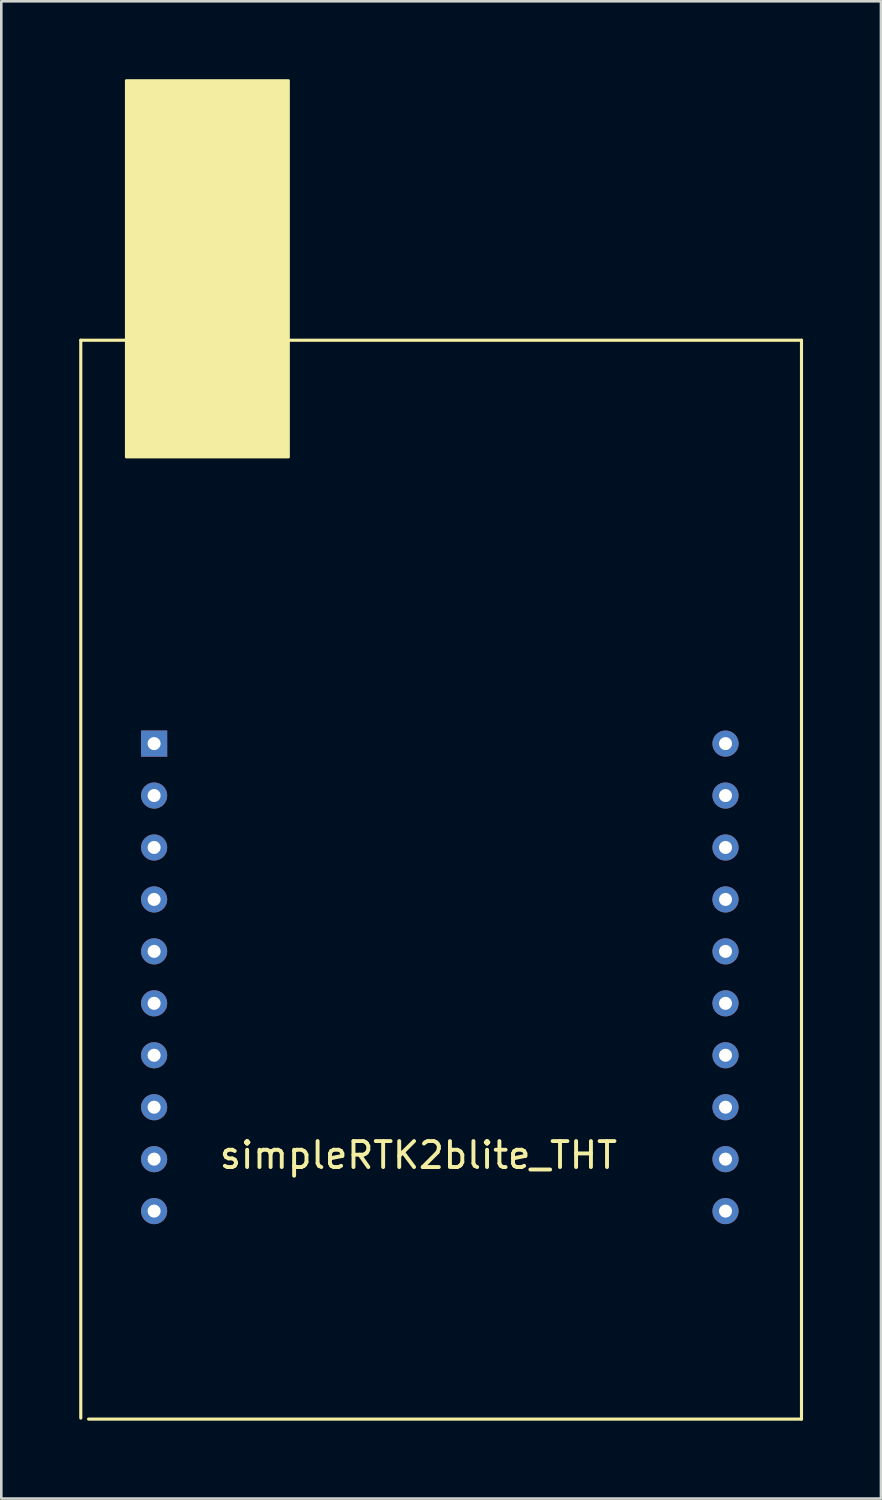
<source format=kicad_pcb>
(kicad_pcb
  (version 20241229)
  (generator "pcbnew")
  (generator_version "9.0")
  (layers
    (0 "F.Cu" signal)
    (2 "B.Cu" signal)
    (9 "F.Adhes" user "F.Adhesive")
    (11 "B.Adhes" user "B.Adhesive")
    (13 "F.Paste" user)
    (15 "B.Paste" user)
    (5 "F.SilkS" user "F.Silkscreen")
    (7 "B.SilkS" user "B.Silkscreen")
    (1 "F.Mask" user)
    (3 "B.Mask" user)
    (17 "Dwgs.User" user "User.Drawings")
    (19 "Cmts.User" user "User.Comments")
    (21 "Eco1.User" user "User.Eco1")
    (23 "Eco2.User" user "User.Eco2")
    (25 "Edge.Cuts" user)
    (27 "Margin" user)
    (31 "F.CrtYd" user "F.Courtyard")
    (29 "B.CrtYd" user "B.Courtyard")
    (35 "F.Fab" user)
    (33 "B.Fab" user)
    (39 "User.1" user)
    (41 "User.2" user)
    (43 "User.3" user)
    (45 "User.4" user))
  (footprint "simpleRTK2blite_THT"
    (layer "F.Cu")
    (at 13.06 17.3)
    (property "Reference" "simpleRTK2blite_THT" (at 0 24.13 0) (layer "F.SilkS") (effects (font (size 1 1) (thickness 0.15))))
    (attr through_hole)
    (fp_line (start -13 -7.25) (end 14.75 -7.25) (stroke (width 0.12) (type solid)) (layer "F.SilkS"))
    (fp_line (start -13 34.25) (end -13 -7.25) (stroke (width 0.12) (type solid)) (layer "F.SilkS"))
    (fp_line (start 14.75 -7.25) (end 14.75 34.29) (stroke (width 0.12) (type solid)) (layer "F.SilkS"))
    (fp_line (start 14.75 34.29) (end -12.7 34.29) (stroke (width 0.12) (type solid)) (layer "F.SilkS"))
    (fp_poly (pts (xy -5 -2.75) (xy -11.25 -2.75) (xy -11.25 -17.25) (xy -5 -17.25)) (stroke (width 0.1) (type solid)) (fill yes) (layer "F.SilkS"))
    (pad "1" thru_hole rect (at -10.176 8.281) (size 1.008 1.008) (drill 0.5) (layers "*.Cu" "*.Mask"))
    (pad "2" thru_hole circle (at -10.176 10.281) (size 1.008 1.008) (drill 0.5) (layers "*.Cu" "*.Mask"))
    (pad "3" thru_hole circle (at -10.176 12.281) (size 1.008 1.008) (drill 0.5) (layers "*.Cu" "*.Mask"))
    (pad "4" thru_hole circle (at -10.176 14.281) (size 1.008 1.008) (drill 0.5) (layers "*.Cu" "*.Mask"))
    (pad "5" thru_hole circle (at -10.176 16.281) (size 1.008 1.008) (drill 0.5) (layers "*.Cu" "*.Mask"))
    (pad "6" thru_hole circle (at -10.176 18.281) (size 1.008 1.008) (drill 0.5) (layers "*.Cu" "*.Mask"))
    (pad "7" thru_hole circle (at -10.176 20.281) (size 1.008 1.008) (drill 0.5) (layers "*.Cu" "*.Mask"))
    (pad "8" thru_hole circle (at -10.176 22.281) (size 1.008 1.008) (drill 0.5) (layers "*.Cu" "*.Mask"))
    (pad "9" thru_hole circle (at -10.176 24.281) (size 1.008 1.008) (drill 0.5) (layers "*.Cu" "*.Mask"))
    (pad "10" thru_hole circle (at -10.176 26.281) (size 1.008 1.008) (drill 0.5) (layers "*.Cu" "*.Mask"))
    (pad "11" thru_hole circle (at 11.824 26.281) (size 1.008 1.008) (drill 0.5) (layers "*.Cu" "*.Mask"))
    (pad "12" thru_hole circle (at 11.824 24.281) (size 1.008 1.008) (drill 0.5) (layers "*.Cu" "*.Mask"))
    (pad "13" thru_hole circle (at 11.824 22.281) (size 1.008 1.008) (drill 0.5) (layers "*.Cu" "*.Mask"))
    (pad "14" thru_hole circle (at 11.824 20.281) (size 1.008 1.008) (drill 0.5) (layers "*.Cu" "*.Mask"))
    (pad "15" thru_hole circle (at 11.824 18.281) (size 1.008 1.008) (drill 0.5) (layers "*.Cu" "*.Mask"))
    (pad "16" thru_hole circle (at 11.824 16.281) (size 1.008 1.008) (drill 0.5) (layers "*.Cu" "*.Mask"))
    (pad "17" thru_hole circle (at 11.824 14.281) (size 1.008 1.008) (drill 0.5) (layers "*.Cu" "*.Mask"))
    (pad "18" thru_hole circle (at 11.824 12.281) (size 1.008 1.008) (drill 0.5) (layers "*.Cu" "*.Mask"))
    (pad "19" thru_hole circle (at 11.824 10.281) (size 1.008 1.008) (drill 0.5) (layers "*.Cu" "*.Mask"))
    (pad "20" thru_hole circle (at 11.824 8.281) (size 1.008 1.008) (drill 0.5) (layers "*.Cu" "*.Mask")))
  (gr_rect
    (start -3 -3)
    (end 30.87 54.65)
    (stroke (width 0.1) (type default))
    (fill no)
    (layer "Edge.Cuts")))
</source>
